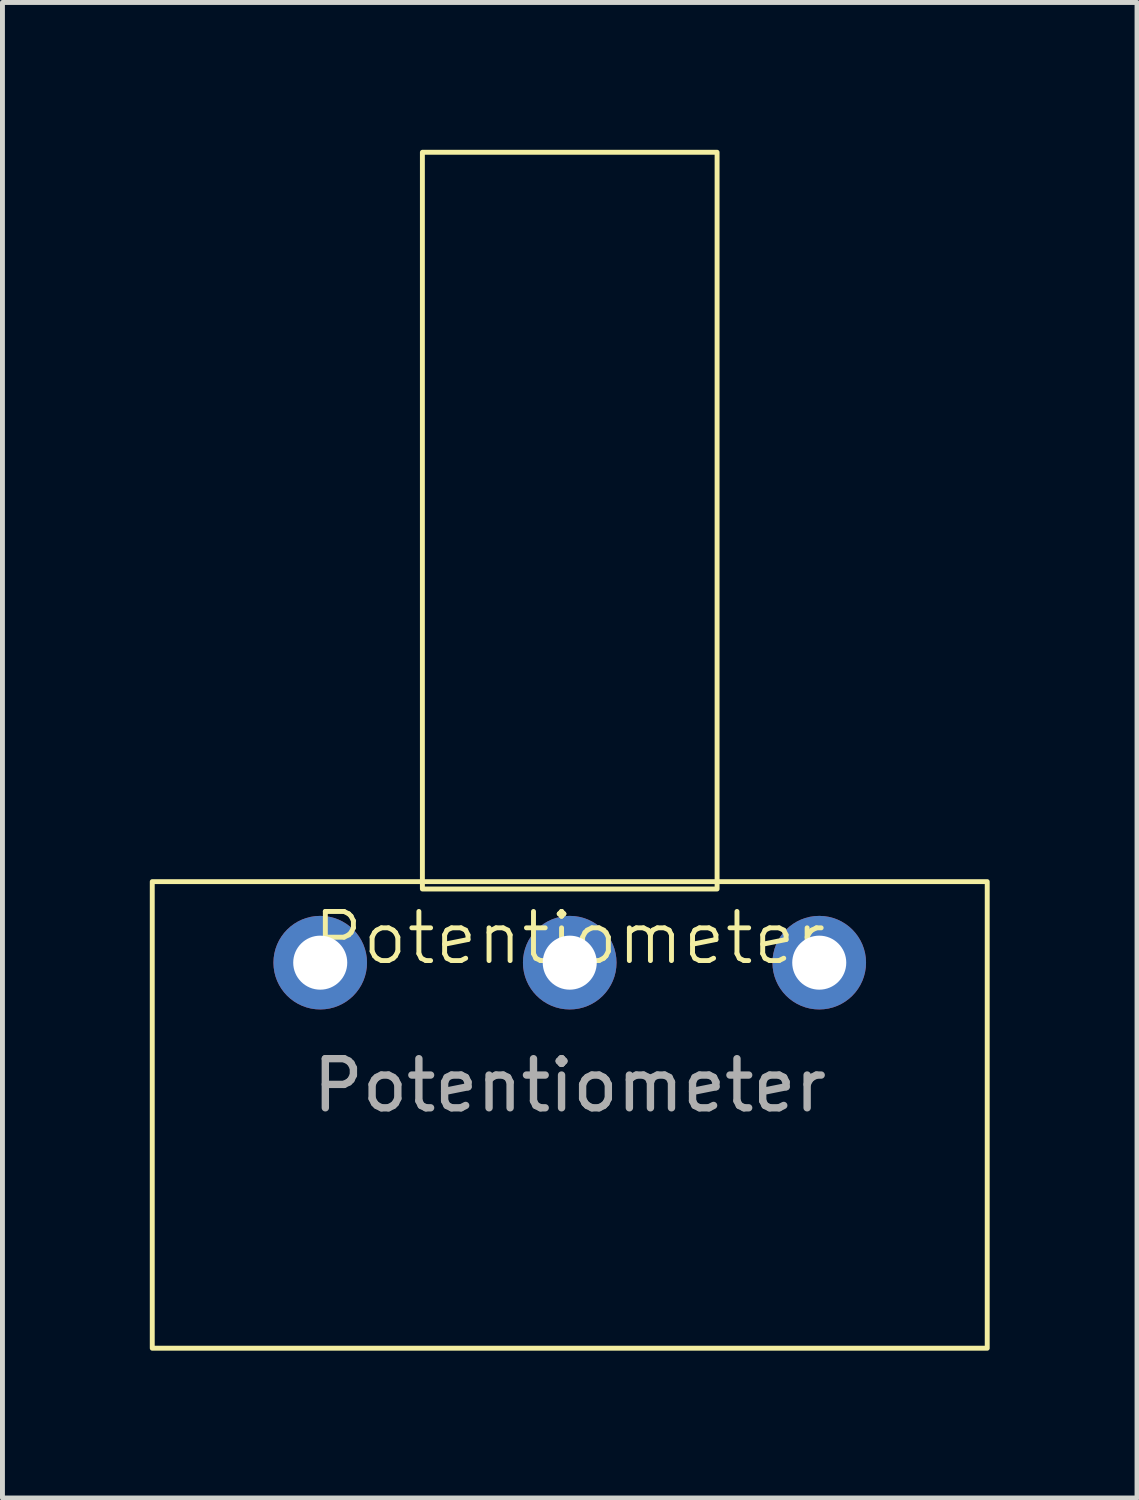
<source format=kicad_pcb>
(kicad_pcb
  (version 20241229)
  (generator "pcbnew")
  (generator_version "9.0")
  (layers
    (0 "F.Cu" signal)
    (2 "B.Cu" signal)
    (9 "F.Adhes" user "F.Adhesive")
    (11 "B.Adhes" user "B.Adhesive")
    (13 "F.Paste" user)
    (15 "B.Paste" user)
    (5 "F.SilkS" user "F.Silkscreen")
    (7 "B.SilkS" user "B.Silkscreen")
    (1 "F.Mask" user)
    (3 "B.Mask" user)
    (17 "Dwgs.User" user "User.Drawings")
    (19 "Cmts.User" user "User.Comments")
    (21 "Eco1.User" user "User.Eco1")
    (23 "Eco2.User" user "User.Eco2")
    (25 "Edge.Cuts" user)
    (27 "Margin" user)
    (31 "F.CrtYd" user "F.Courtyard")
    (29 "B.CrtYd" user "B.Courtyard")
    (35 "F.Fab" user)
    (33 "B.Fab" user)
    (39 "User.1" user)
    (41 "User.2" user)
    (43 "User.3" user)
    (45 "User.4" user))
  (footprint "Potentiometer"
    (layer "F.Cu")
    (at 8.55 16.55)
    (property "Reference" "Potentiometer" (at 0 -0.5 0) (unlocked yes) (layer "F.SilkS") (effects (font (size 1 1) (thickness 0.1))))
    (attr smd)
    (fp_rect (start -8.5 -1.65) (end 8.5 7.85) (stroke (width 0.1) (type solid)) (fill no) (layer "F.SilkS"))
    (fp_rect (start -3 -16.5) (end 3 -1.5) (stroke (width 0.1) (type solid)) (fill no) (layer "F.SilkS"))
    (fp_text user "${REFERENCE}" (at 0 2.5 0) (unlocked yes) (layer "F.Fab") (effects (font (size 1 1) (thickness 0.15))))
    (pad "1" thru_hole circle (at -5.08 0) (size 1.905 1.905) (drill 1.1) (layers "*.Cu" "*.Mask"))
    (pad "2" thru_hole circle (at 0 0) (size 1.905 1.905) (drill 1.1) (layers "*.Cu" "*.Mask"))
    (pad "3" thru_hole circle (at 5.08 0) (size 1.905 1.905) (drill 1.1) (layers "*.Cu" "*.Mask")))
  (gr_rect
    (start -3 -3)
    (end 20.1 27.45)
    (stroke (width 0.1) (type default))
    (fill no)
    (layer "Edge.Cuts")))
</source>
